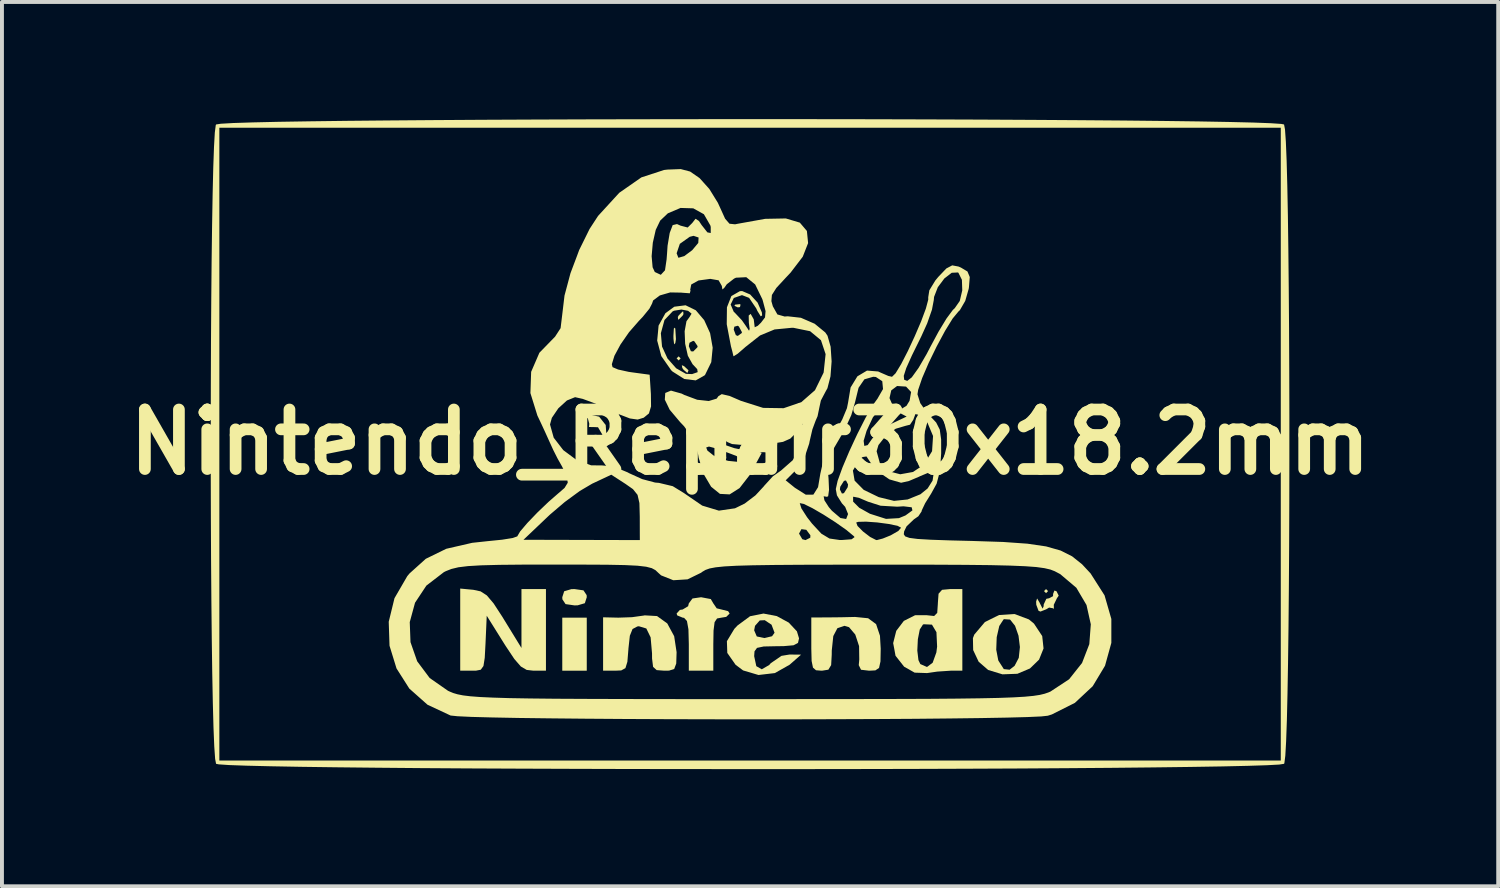
<source format=kicad_pcb>
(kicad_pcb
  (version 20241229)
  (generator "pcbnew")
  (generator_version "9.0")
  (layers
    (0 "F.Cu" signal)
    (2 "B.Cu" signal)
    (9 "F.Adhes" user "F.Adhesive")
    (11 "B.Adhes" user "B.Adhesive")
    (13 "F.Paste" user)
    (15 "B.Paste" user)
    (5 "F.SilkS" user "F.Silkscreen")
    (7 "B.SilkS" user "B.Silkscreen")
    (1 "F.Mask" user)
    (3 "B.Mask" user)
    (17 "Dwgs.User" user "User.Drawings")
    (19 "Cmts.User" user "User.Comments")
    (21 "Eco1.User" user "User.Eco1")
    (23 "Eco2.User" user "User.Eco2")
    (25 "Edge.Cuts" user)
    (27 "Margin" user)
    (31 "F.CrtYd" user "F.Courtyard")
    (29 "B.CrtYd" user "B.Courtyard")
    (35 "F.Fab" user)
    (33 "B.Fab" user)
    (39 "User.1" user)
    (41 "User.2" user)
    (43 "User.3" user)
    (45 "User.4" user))
  (footprint "Nintendo_Repair30x18.2mm"
    (layer "F.Cu")
    (at 16.154 8.269)
    (property "Reference" "Nintendo_Repair30x18.2mm" (at 0 0 0) (layer "F.SilkS") (effects (font (size 1.524 1.524) (thickness 0.3))))
    (attr board_only exclude_from_pos_files exclude_from_bom)
    (fp_poly (pts (xy -4.181 5.853) (xy -4.808 5.853) (xy -4.808 4.495) (xy -4.181 4.495)) (stroke (width 0) (type solid)) (fill yes) (layer "F.SilkS"))
    (fp_poly (pts (xy -1.777 -2.143) (xy -1.829 -2.091) (xy -1.881 -2.143) (xy -1.829 -2.195)) (stroke (width 0) (type solid)) (fill yes) (layer "F.SilkS"))
    (fp_poly (pts (xy 7.63 3.815) (xy 7.578 3.867) (xy 7.526 3.815) (xy 7.578 3.763)) (stroke (width 0) (type solid)) (fill yes) (layer "F.SilkS"))
    (fp_poly (pts (xy -0.244 -3.519) (xy -0.258 -3.457) (xy -0.314 -3.449) (xy -0.4 -3.488) (xy -0.383 -3.519) (xy -0.259 -3.532)) (stroke (width 0) (type solid)) (fill yes) (layer "F.SilkS"))
    (fp_poly (pts (xy -1.689 -1.944) (xy -1.576 -1.838) (xy -1.599 -1.778) (xy -1.614 -1.777) (xy -1.702 -1.851) (xy -1.735 -1.898) (xy -1.747 -1.969)) (stroke (width 0) (type solid)) (fill yes) (layer "F.SilkS"))
    (fp_poly (pts (xy -1.914 -2.901) (xy -1.898 -2.636) (xy -1.914 -2.535) (xy -1.944 -2.502) (xy -1.961 -2.647) (xy -1.962 -2.718) (xy -1.951 -2.908) (xy -1.924 -2.93)) (stroke (width 0) (type solid)) (fill yes) (layer "F.SilkS"))
    (fp_poly (pts (xy -1.705 -3.277) (xy -1.725 -3.24) (xy -1.823 -3.141) (xy -1.842 -3.136) (xy -1.849 -3.203) (xy -1.829 -3.24) (xy -1.731 -3.34) (xy -1.712 -3.345)) (stroke (width 0) (type solid)) (fill yes) (layer "F.SilkS"))
    (fp_poly (pts (xy -4.265 3.796) (xy -4.184 3.918) (xy -4.181 3.972) (xy -4.23 4.125) (xy -4.414 4.179) (xy -4.495 4.181) (xy -4.724 4.148) (xy -4.805 4.026) (xy -4.808 3.972) (xy -4.759 3.819) (xy -4.576 3.765) (xy -4.495 3.763)) (stroke (width 0) (type solid)) (fill yes) (layer "F.SilkS"))
    (fp_poly (pts (xy -3.865 -0.651) (xy -3.696 -0.438) (xy -3.679 -0.189) (xy -3.715 0.052) (xy -3.785 -0.196) (xy -3.893 -0.38) (xy -4.013 -0.385) (xy -4.125 -0.386) (xy -4.116 -0.467) (xy -4.153 -0.606) (xy -4.252 -0.658) (xy -4.333 -0.696) (xy -4.211 -0.717) (xy -4.168 -0.72)) (stroke (width 0) (type solid)) (fill yes) (layer "F.SilkS"))
    (fp_poly (pts (xy 7.846 3.819) (xy 7.902 3.932) (xy 7.857 3.997) (xy 7.776 4.166) (xy 7.778 4.22) (xy 7.776 4.278) (xy 7.76 4.255) (xy 7.656 4.237) (xy 7.585 4.28) (xy 7.436 4.339) (xy 7.386 4.32) (xy 7.328 4.165) (xy 7.324 4.085) (xy 7.349 4.003) (xy 7.416 4.116) (xy 7.421 4.129) (xy 7.49 4.264) (xy 7.515 4.209) (xy 7.519 4.155) (xy 7.585 4.013) (xy 7.657 3.998) (xy 7.757 3.945) (xy 7.759 3.886) (xy 7.792 3.801)) (stroke (width 0) (type solid)) (fill yes) (layer "F.SilkS"))
    (fp_poly (pts (xy -7.084 3.782) (xy -6.899 3.822) (xy -6.74 3.925) (xy -6.567 4.129) (xy -6.342 4.474) (xy -6.3 4.543) (xy -5.853 5.271) (xy -5.853 3.763) (xy -5.226 3.763) (xy -5.226 5.853) (xy -5.544 5.853) (xy -5.719 5.833) (xy -5.869 5.745) (xy -6.035 5.554) (xy -6.255 5.224) (xy -6.302 5.15) (xy -6.742 4.446) (xy -6.773 5.15) (xy -6.793 5.523) (xy -6.826 5.733) (xy -6.895 5.828) (xy -7.022 5.853) (xy -7.113 5.853) (xy -7.421 5.853) (xy -7.421 3.75)) (stroke (width 0) (type solid)) (fill yes) (layer "F.SilkS"))
    (fp_poly (pts (xy -1.005 4.019) (xy -0.941 4.129) (xy -0.854 4.256) (xy -0.732 4.286) (xy -0.562 4.329) (xy -0.523 4.39) (xy -0.61 4.475) (xy -0.732 4.495) (xy -0.845 4.516) (xy -0.908 4.61) (xy -0.935 4.824) (xy -0.941 5.174) (xy -0.941 5.853) (xy -1.568 5.853) (xy -1.568 5.174) (xy -1.578 4.793) (xy -1.616 4.581) (xy -1.689 4.5) (xy -1.725 4.495) (xy -1.864 4.438) (xy -1.881 4.39) (xy -1.797 4.297) (xy -1.725 4.286) (xy -1.586 4.202) (xy -1.568 4.129) (xy -1.474 4.004) (xy -1.254 3.972)) (stroke (width 0) (type solid)) (fill yes) (layer "F.SilkS"))
    (fp_poly (pts (xy -2.382 4.454) (xy -2.12 4.643) (xy -1.943 4.97) (xy -1.881 5.378) (xy -1.89 5.669) (xy -1.942 5.808) (xy -2.073 5.851) (xy -2.195 5.853) (xy -2.392 5.838) (xy -2.483 5.754) (xy -2.509 5.543) (xy -2.51 5.409) (xy -2.546 4.999) (xy -2.656 4.772) (xy -2.847 4.715) (xy -2.887 4.721) (xy -3.009 4.786) (xy -3.078 4.958) (xy -3.114 5.287) (xy -3.115 5.306) (xy -3.141 5.625) (xy -3.191 5.787) (xy -3.298 5.846) (xy -3.455 5.853) (xy -3.763 5.853) (xy -3.763 4.486) (xy -3.371 4.495) (xy -3.023 4.483) (xy -2.713 4.44) (xy -2.698 4.436)) (stroke (width 0) (type solid)) (fill yes) (layer "F.SilkS"))
    (fp_poly (pts (xy 3.023 4.51) (xy 3.227 4.661) (xy 3.326 4.958) (xy 3.345 5.291) (xy 3.339 5.616) (xy 3.302 5.783) (xy 3.208 5.845) (xy 3.049 5.853) (xy 2.841 5.829) (xy 2.783 5.711) (xy 2.796 5.566) (xy 2.791 5.224) (xy 2.694 4.928) (xy 2.534 4.739) (xy 2.418 4.704) (xy 2.236 4.765) (xy 2.131 4.966) (xy 2.092 5.336) (xy 2.091 5.444) (xy 2.076 5.71) (xy 2.005 5.827) (xy 1.842 5.853) (xy 1.829 5.853) (xy 1.689 5.842) (xy 1.611 5.775) (xy 1.576 5.605) (xy 1.568 5.287) (xy 1.568 5.172) (xy 1.568 4.49) (xy 1.96 4.489) (xy 2.331 4.485) (xy 2.682 4.477) (xy 2.689 4.477)) (stroke (width 0) (type solid)) (fill yes) (layer "F.SilkS"))
    (fp_poly (pts (xy 7.139 4.54) (xy 7.269 4.647) (xy 7.48 4.966) (xy 7.514 5.284) (xy 7.399 5.57) (xy 7.166 5.796) (xy 6.844 5.932) (xy 6.462 5.946) (xy 6.096 5.834) (xy 5.853 5.624) (xy 5.712 5.325) (xy 5.712 5.316) (xy 6.303 5.316) (xy 6.354 5.584) (xy 6.361 5.6) (xy 6.497 5.812) (xy 6.645 5.828) (xy 6.773 5.728) (xy 6.88 5.523) (xy 6.909 5.248) (xy 6.873 4.956) (xy 6.784 4.703) (xy 6.657 4.544) (xy 6.503 4.534) (xy 6.489 4.542) (xy 6.381 4.708) (xy 6.315 4.995) (xy 6.303 5.316) (xy 5.712 5.316) (xy 5.706 5.019) (xy 5.741 4.928) (xy 6.014 4.606) (xy 6.376 4.427) (xy 6.771 4.402)) (stroke (width 0) (type solid)) (fill yes) (layer "F.SilkS"))
    (fp_poly (pts (xy 5.435 5.853) (xy 5.135 5.853) (xy 4.792 5.876) (xy 4.532 5.914) (xy 4.214 5.903) (xy 3.944 5.75) (xy 3.724 5.47) (xy 3.7 5.337) (xy 4.282 5.337) (xy 4.311 5.582) (xy 4.359 5.683) (xy 4.53 5.758) (xy 4.675 5.649) (xy 4.77 5.385) (xy 4.789 5.236) (xy 4.772 4.867) (xy 4.657 4.674) (xy 4.449 4.664) (xy 4.426 4.672) (xy 4.345 4.798) (xy 4.296 5.048) (xy 4.282 5.337) (xy 3.7 5.337) (xy 3.664 5.147) (xy 3.743 4.833) (xy 3.937 4.578) (xy 4.225 4.433) (xy 4.519 4.432) (xy 4.713 4.453) (xy 4.792 4.373) (xy 4.808 4.141) (xy 4.808 4.126) (xy 4.826 3.882) (xy 4.916 3.782) (xy 5.122 3.763) (xy 5.435 3.763)) (stroke (width 0) (type solid)) (fill yes) (layer "F.SilkS"))
    (fp_poly (pts (xy 0.684 4.455) (xy 0.99 4.621) (xy 1.199 4.844) (xy 1.254 5.025) (xy 1.227 5.142) (xy 1.113 5.202) (xy 0.862 5.224) (xy 0.679 5.226) (xy 0.35 5.233) (xy 0.178 5.269) (xy 0.114 5.357) (xy 0.105 5.481) (xy 0.16 5.737) (xy 0.3 5.817) (xy 0.49 5.707) (xy 0.53 5.661) (xy 0.804 5.473) (xy 1.01 5.439) (xy 1.307 5.442) (xy 1.013 5.7) (xy 0.635 5.914) (xy 0.216 5.963) (xy -0.178 5.846) (xy -0.371 5.701) (xy -0.583 5.398) (xy -0.593 5.097) (xy -0.425 4.819) (xy 0.105 4.819) (xy 0.172 4.976) (xy 0.366 5.017) (xy 0.563 4.971) (xy 0.627 4.881) (xy 0.55 4.676) (xy 0.376 4.56) (xy 0.249 4.566) (xy 0.127 4.704) (xy 0.105 4.819) (xy -0.425 4.819) (xy -0.4 4.779) (xy -0.322 4.696) (xy -0.001 4.459) (xy 0.344 4.39)) (stroke (width 0) (type solid)) (fill yes) (layer "F.SilkS"))
    (fp_poly (pts (xy -1.389 -3.375) (xy -1.174 -3.122) (xy -1.023 -2.789) (xy -0.957 -2.416) (xy -0.993 -2.047) (xy -1.15 -1.725) (xy -1.163 -1.709) (xy -1.391 -1.58) (xy -1.683 -1.615) (xy -1.986 -1.807) (xy -2.021 -1.841) (xy -2.272 -2.201) (xy -2.378 -2.599) (xy -2.36 -2.787) (xy -2.284 -2.787) (xy -2.254 -2.447) (xy -2.114 -2.141) (xy -1.892 -1.89) (xy -1.643 -1.748) (xy -1.485 -1.741) (xy -1.341 -1.791) (xy -1.353 -1.868) (xy -1.473 -1.996) (xy -1.593 -2.211) (xy -1.648 -2.456) (xy -1.568 -2.456) (xy -1.515 -2.326) (xy -1.456 -2.32) (xy -1.348 -2.428) (xy -1.343 -2.456) (xy -1.425 -2.579) (xy -1.456 -2.593) (xy -1.551 -2.543) (xy -1.568 -2.456) (xy -1.648 -2.456) (xy -1.662 -2.517) (xy -1.675 -2.838) (xy -1.628 -3.095) (xy -1.554 -3.196) (xy -1.498 -3.288) (xy -1.586 -3.361) (xy -1.757 -3.394) (xy -1.945 -3.364) (xy -1.983 -3.346) (xy -2.191 -3.126) (xy -2.284 -2.787) (xy -2.36 -2.787) (xy -2.342 -2.983) (xy -2.167 -3.3) (xy -1.94 -3.466) (xy -1.651 -3.503)) (stroke (width 0) (type solid)) (fill yes) (layer "F.SilkS"))
    (fp_poly (pts (xy 1.661 -8.268) (xy 3.11 -8.266) (xy 4.526 -8.262) (xy 5.895 -8.257) (xy 7.202 -8.25) (xy 8.431 -8.242) (xy 9.568 -8.233) (xy 10.597 -8.222) (xy 11.504 -8.21) (xy 12.273 -8.196) (xy 12.889 -8.181) (xy 13.337 -8.164) (xy 13.602 -8.146) (xy 13.672 -8.132) (xy 13.696 -8.005) (xy 13.718 -7.689) (xy 13.738 -7.203) (xy 13.755 -6.567) (xy 13.77 -5.8) (xy 13.782 -4.922) (xy 13.792 -3.953) (xy 13.8 -2.912) (xy 13.805 -1.819) (xy 13.808 -0.694) (xy 13.808 0.444) (xy 13.806 1.576) (xy 13.802 2.681) (xy 13.795 3.74) (xy 13.786 4.734) (xy 13.774 5.642) (xy 13.76 6.445) (xy 13.744 7.124) (xy 13.725 7.659) (xy 13.704 8.031) (xy 13.68 8.219) (xy 13.672 8.237) (xy 13.55 8.256) (xy 13.235 8.273) (xy 12.74 8.289) (xy 12.082 8.304) (xy 11.275 8.317) (xy 10.334 8.329) (xy 9.274 8.34) (xy 8.111 8.349) (xy 6.86 8.357) (xy 5.535 8.363) (xy 4.152 8.368) (xy 2.726 8.371) (xy 1.271 8.373) (xy -0.196 8.373) (xy -1.661 8.372) (xy -3.11 8.37) (xy -4.526 8.366) (xy -5.895 8.361) (xy -7.202 8.355) (xy -8.431 8.347) (xy -9.568 8.337) (xy -10.597 8.326) (xy -11.504 8.314) (xy -12.273 8.3) (xy -12.889 8.285) (xy -13.337 8.269) (xy -13.602 8.251) (xy -13.672 8.237) (xy -13.688 8.153) (xy -13.588 8.153) (xy 13.588 8.153) (xy 13.588 -8.049) (xy -13.588 -8.049) (xy -13.588 8.153) (xy -13.688 8.153) (xy -13.696 8.11) (xy -13.718 7.794) (xy -13.738 7.308) (xy -13.755 6.671) (xy -13.77 5.905) (xy -13.782 5.027) (xy -13.792 4.058) (xy -13.8 3.017) (xy -13.805 1.924) (xy -13.808 0.799) (xy -13.808 -0.34) (xy -13.806 -1.471) (xy -13.802 -2.576) (xy -13.795 -3.635) (xy -13.786 -4.629) (xy -13.774 -5.537) (xy -13.76 -6.341) (xy -13.744 -7.02) (xy -13.725 -7.555) (xy -13.704 -7.926) (xy -13.68 -8.114) (xy -13.672 -8.132) (xy -13.55 -8.151) (xy -13.235 -8.169) (xy -12.74 -8.185) (xy -12.082 -8.2) (xy -11.275 -8.213) (xy -10.334 -8.225) (xy -9.274 -8.235) (xy -8.111 -8.244) (xy -6.86 -8.252) (xy -5.535 -8.258) (xy -4.152 -8.263) (xy -2.726 -8.266) (xy -1.271 -8.268) (xy 0.196 -8.269)) (stroke (width 0) (type solid)) (fill yes) (layer "F.SilkS"))
    (fp_poly (pts (xy -1.535 -6.927) (xy -1.298 -6.763) (xy -1.286 -6.752) (xy -1.043 -6.481) (xy -0.825 -6.128) (xy -0.768 -6.004) (xy -0.639 -5.72) (xy -0.527 -5.591) (xy -0.384 -5.576) (xy -0.314 -5.59) (xy 0.387 -5.716) (xy 0.916 -5.726) (xy 1.274 -5.619) (xy 1.455 -5.406) (xy 1.486 -5.095) (xy 1.349 -4.746) (xy 1.036 -4.337) (xy 0.914 -4.208) (xy 0.673 -3.947) (xy 0.559 -3.767) (xy 0.546 -3.609) (xy 0.583 -3.477) (xy 0.7 -3.268) (xy 0.887 -3.215) (xy 0.963 -3.221) (xy 1.302 -3.183) (xy 1.654 -3.03) (xy 1.925 -2.808) (xy 1.983 -2.723) (xy 2.063 -2.442) (xy 2.088 -2.066) (xy 2.059 -1.682) (xy 1.981 -1.379) (xy 1.937 -1.3) (xy 1.813 -1.065) (xy 1.78 -0.913) (xy 1.728 -0.662) (xy 1.678 -0.547) (xy 1.596 -0.326) (xy 1.524 -0.016) (xy 1.514 0.038) (xy 1.393 0.398) (xy 1.186 0.705) (xy 1.181 0.71) (xy 0.912 0.979) (xy 1.147 1.169) (xy 1.428 1.347) (xy 1.621 1.345) (xy 1.741 1.154) (xy 1.799 0.81) (xy 1.933 0.219) (xy 2.178 -0.256) (xy 2.36 -0.579) (xy 2.48 -0.867) (xy 2.509 -1.009) (xy 2.574 -1.399) (xy 2.748 -1.684) (xy 2.995 -1.831) (xy 3.28 -1.808) (xy 3.334 -1.783) (xy 3.539 -1.694) (xy 3.634 -1.672) (xy 3.659 -1.696) (xy 3.935 -1.696) (xy 3.946 -1.596) (xy 4.022 -1.568) (xy 4.026 -1.568) (xy 4.14 -1.657) (xy 4.314 -1.899) (xy 4.521 -2.255) (xy 4.612 -2.43) (xy 4.826 -2.828) (xy 5.029 -3.163) (xy 5.191 -3.382) (xy 5.241 -3.429) (xy 5.369 -3.613) (xy 5.433 -3.885) (xy 5.424 -4.155) (xy 5.335 -4.334) (xy 5.323 -4.343) (xy 5.163 -4.335) (xy 4.975 -4.19) (xy 4.807 -3.965) (xy 4.711 -3.717) (xy 4.704 -3.637) (xy 4.657 -3.39) (xy 4.535 -3.04) (xy 4.384 -2.706) (xy 4.146 -2.223) (xy 3.999 -1.896) (xy 3.935 -1.696) (xy 3.659 -1.696) (xy 3.726 -1.762) (xy 3.869 -1.998) (xy 4.04 -2.331) (xy 4.217 -2.712) (xy 4.379 -3.09) (xy 4.501 -3.418) (xy 4.562 -3.646) (xy 4.562 -3.71) (xy 4.59 -3.886) (xy 4.743 -4.137) (xy 4.818 -4.228) (xy 5.026 -4.446) (xy 5.176 -4.525) (xy 5.336 -4.495) (xy 5.399 -4.468) (xy 5.566 -4.368) (xy 5.625 -4.226) (xy 5.604 -3.966) (xy 5.598 -3.925) (xy 5.509 -3.614) (xy 5.372 -3.378) (xy 5.337 -3.345) (xy 5.187 -3.164) (xy 4.992 -2.847) (xy 4.778 -2.449) (xy 4.573 -2.028) (xy 4.406 -1.639) (xy 4.304 -1.338) (xy 4.286 -1.224) (xy 4.358 -0.997) (xy 4.539 -0.741) (xy 4.595 -0.683) (xy 4.765 -0.501) (xy 4.857 -0.32) (xy 4.892 -0.069) (xy 4.893 0.285) (xy 4.863 0.736) (xy 4.777 1.064) (xy 4.636 1.32) (xy 4.482 1.567) (xy 4.397 1.747) (xy 4.39 1.778) (xy 4.309 1.899) (xy 4.194 1.979) (xy 4.007 2.158) (xy 3.945 2.286) (xy 3.936 2.36) (xy 3.972 2.414) (xy 4.08 2.453) (xy 4.29 2.48) (xy 4.629 2.5) (xy 5.125 2.517) (xy 5.683 2.531) (xy 6.48 2.557) (xy 7.101 2.601) (xy 7.58 2.671) (xy 7.95 2.776) (xy 8.246 2.925) (xy 8.5 3.128) (xy 8.718 3.362) (xy 9.076 3.924) (xy 9.25 4.528) (xy 9.25 5.141) (xy 9.088 5.726) (xy 8.773 6.25) (xy 8.316 6.677) (xy 7.727 6.973) (xy 7.622 7.006) (xy 7.455 7.024) (xy 7.1 7.04) (xy 6.577 7.054) (xy 5.909 7.066) (xy 5.115 7.076) (xy 4.217 7.085) (xy 3.235 7.091) (xy 2.19 7.095) (xy 1.103 7.098) (xy -0.006 7.099) (xy -1.114 7.097) (xy -2.202 7.094) (xy -3.248 7.089) (xy -4.233 7.082) (xy -5.134 7.073) (xy -5.931 7.063) (xy -6.604 7.05) (xy -7.131 7.036) (xy -7.491 7.019) (xy -7.664 7.001) (xy -7.667 7.001) (xy -8.259 6.724) (xy -8.724 6.311) (xy -9.052 5.795) (xy -9.231 5.214) (xy -9.251 4.609) (xy -8.713 4.609) (xy -8.694 5.122) (xy -8.523 5.612) (xy -8.203 6.04) (xy -7.734 6.367) (xy -7.691 6.387) (xy -7.599 6.425) (xy -7.49 6.457) (xy -7.35 6.485) (xy -7.162 6.508) (xy -6.911 6.527) (xy -6.583 6.542) (xy -6.162 6.555) (xy -5.632 6.564) (xy -4.978 6.571) (xy -4.185 6.575) (xy -3.238 6.578) (xy -2.121 6.58) (xy -0.818 6.581) (xy 0 6.581) (xy 1.413 6.58) (xy 2.632 6.579) (xy 3.673 6.577) (xy 4.551 6.574) (xy 5.281 6.568) (xy 5.879 6.56) (xy 6.359 6.55) (xy 6.738 6.536) (xy 7.03 6.519) (xy 7.251 6.498) (xy 7.416 6.473) (xy 7.541 6.443) (xy 7.64 6.409) (xy 7.691 6.387) (xy 8.168 6.073) (xy 8.5 5.655) (xy 8.686 5.173) (xy 8.724 4.665) (xy 8.614 4.171) (xy 8.354 3.73) (xy 7.942 3.381) (xy 7.8 3.306) (xy 7.689 3.263) (xy 7.538 3.228) (xy 7.329 3.199) (xy 7.042 3.178) (xy 6.655 3.162) (xy 6.149 3.15) (xy 5.503 3.143) (xy 4.698 3.139) (xy 3.713 3.138) (xy 3.225 3.138) (xy 2.173 3.139) (xy 1.309 3.141) (xy 0.615 3.146) (xy 0.069 3.154) (xy -0.349 3.166) (xy -0.658 3.183) (xy -0.88 3.206) (xy -1.034 3.235) (xy -1.141 3.273) (xy -1.221 3.32) (xy -1.254 3.345) (xy -1.6 3.514) (xy -1.965 3.537) (xy -2.278 3.412) (xy -2.352 3.345) (xy -2.422 3.279) (xy -2.516 3.228) (xy -2.66 3.191) (xy -2.881 3.165) (xy -3.205 3.149) (xy -3.661 3.14) (xy -4.273 3.137) (xy -5.009 3.136) (xy -5.804 3.137) (xy -6.419 3.143) (xy -6.882 3.155) (xy -7.222 3.175) (xy -7.467 3.205) (xy -7.646 3.248) (xy -7.788 3.304) (xy -7.838 3.329) (xy -8.287 3.674) (xy -8.578 4.113) (xy -8.713 4.609) (xy -9.251 4.609) (xy -9.252 4.603) (xy -9.104 3.997) (xy -8.777 3.433) (xy -8.718 3.362) (xy -8.302 2.988) (xy -7.779 2.732) (xy -7.115 2.579) (xy -6.716 2.536) (xy -6.368 2.501) (xy -5.801 2.501) (xy -4.312 2.505) (xy -2.822 2.509) (xy -2.823 2.343) (xy 1.254 2.343) (xy 1.338 2.487) (xy 1.42 2.509) (xy 1.542 2.448) (xy 1.544 2.385) (xy 1.44 2.246) (xy 1.315 2.229) (xy 1.254 2.343) (xy -2.823 2.343) (xy -2.824 1.908) (xy -2.833 1.561) (xy -2.881 1.351) (xy -2.998 1.205) (xy -3.189 1.071) (xy -3.553 0.835) (xy -4.043 1.065) (xy -4.36 1.252) (xy -4.744 1.534) (xy -5.12 1.854) (xy -5.167 1.898) (xy -5.801 2.501) (xy -6.368 2.501) (xy -6.348 2.499) (xy -6.079 2.456) (xy -5.96 2.414) (xy -5.958 2.409) (xy -5.887 2.288) (xy -5.703 2.072) (xy -5.448 1.806) (xy -5.164 1.534) (xy -4.936 1.335) (xy -4.75 1.174) (xy -4.668 1.041) (xy -4.689 0.877) (xy -4.814 0.624) (xy -4.93 0.418) (xy -5.039 0.202) (xy -5.131 0) (xy -5.25 -0.263) (xy -5.337 -0.451) (xy -5.122 -0.451) (xy -5.027 -0.112) (xy -4.782 0.206) (xy -4.444 0.457) (xy -4.068 0.595) (xy -3.793 0.597) (xy -3.5 0.623) (xy -3.132 0.776) (xy -3.099 0.795) (xy -2.761 0.948) (xy -2.431 1.036) (xy -2.334 1.044) (xy -1.979 1.129) (xy -1.693 1.305) (xy -1.225 1.626) (xy -0.798 1.755) (xy -0.385 1.695) (xy -0.136 1.573) (xy -0.128 1.566) (xy 1.273 1.566) (xy 1.315 1.698) (xy 1.46 1.924) (xy 1.586 2.086) (xy 1.825 2.344) (xy 2.033 2.469) (xy 2.29 2.506) (xy 2.347 2.507) (xy 2.601 2.488) (xy 2.675 2.433) (xy 2.66 2.411) (xy 2.464 2.248) (xy 2.195 2.059) (xy 2.718 2.059) (xy 2.751 2.147) (xy 2.892 2.289) (xy 3.073 2.428) (xy 3.225 2.506) (xy 3.247 2.509) (xy 3.399 2.469) (xy 3.601 2.387) (xy 3.795 2.276) (xy 3.867 2.192) (xy 3.775 2.143) (xy 3.546 2.096) (xy 3.254 2.057) (xy 2.97 2.037) (xy 2.768 2.042) (xy 2.718 2.059) (xy 2.195 2.059) (xy 2.188 2.054) (xy 1.882 1.858) (xy 1.595 1.691) (xy 1.375 1.583) (xy 1.274 1.563) (xy 1.273 1.566) (xy -0.128 1.566) (xy 0.108 1.387) (xy 1.884 1.387) (xy 1.904 1.491) (xy 2.016 1.665) (xy 2.095 1.757) (xy 2.314 1.944) (xy 2.46 1.969) (xy 2.509 1.842) (xy 2.435 1.659) (xy 2.352 1.568) (xy 2.249 1.404) (xy 2.638 1.404) (xy 2.639 1.525) (xy 2.796 1.682) (xy 3.07 1.835) (xy 3.481 1.966) (xy 3.812 1.947) (xy 3.979 1.878) (xy 4.157 1.749) (xy 4.138 1.669) (xy 3.929 1.644) (xy 3.769 1.654) (xy 3.341 1.629) (xy 3.02 1.526) (xy 2.788 1.427) (xy 2.648 1.399) (xy 2.638 1.404) (xy 2.249 1.404) (xy 2.224 1.363) (xy 2.197 1.214) (xy 2.3 1.214) (xy 2.352 1.318) (xy 2.404 1.307) (xy 2.499 1.156) (xy 2.509 1.085) (xy 2.456 0.982) (xy 2.404 0.993) (xy 2.309 1.144) (xy 2.3 1.214) (xy 2.197 1.214) (xy 2.195 1.204) (xy 2.242 0.991) (xy 2.337 0.729) (xy 2.633 0.729) (xy 2.677 0.987) (xy 2.91 1.223) (xy 3.294 1.409) (xy 3.686 1.505) (xy 4.034 1.469) (xy 4.362 1.336) (xy 4.546 1.187) (xy 4.673 0.986) (xy 4.699 0.813) (xy 4.677 0.774) (xy 4.563 0.785) (xy 4.348 0.875) (xy 4.327 0.886) (xy 4.068 0.996) (xy 3.868 1.041) (xy 3.867 1.041) (xy 3.568 0.955) (xy 3.269 0.751) (xy 3.086 0.527) (xy 2.981 0.368) (xy 2.879 0.383) (xy 2.787 0.468) (xy 2.633 0.729) (xy 2.337 0.729) (xy 2.366 0.649) (xy 2.541 0.235) (xy 3.24 0.235) (xy 3.325 0.543) (xy 3.544 0.745) (xy 3.845 0.824) (xy 4.172 0.765) (xy 4.447 0.58) (xy 4.66 0.233) (xy 4.685 -0.156) (xy 4.541 -0.499) (xy 4.365 -0.688) (xy 4.233 -0.717) (xy 4.181 -0.577) (xy 4.181 -0.575) (xy 4.095 -0.445) (xy 3.986 -0.418) (xy 3.729 -0.342) (xy 3.471 -0.156) (xy 3.287 0.076) (xy 3.24 0.235) (xy 2.541 0.235) (xy 2.543 0.231) (xy 2.665 -0.033) (xy 2.908 -0.033) (xy 2.925 0.098) (xy 3.011 0.077) (xy 3.129 -0.091) (xy 3.288 -0.26) (xy 3.551 -0.435) (xy 3.621 -0.47) (xy 4.009 -0.654) (xy 3.717 -0.807) (xy 3.486 -0.89) (xy 3.306 -0.839) (xy 3.144 -0.632) (xy 2.983 -0.287) (xy 2.908 -0.033) (xy 2.665 -0.033) (xy 2.748 -0.21) (xy 2.956 -0.62) (xy 3.143 -0.947) (xy 3.267 -1.118) (xy 3.271 -1.127) (xy 3.57 -1.127) (xy 3.647 -0.95) (xy 3.674 -0.929) (xy 3.868 -0.846) (xy 4.004 -0.928) (xy 4.084 -1.059) (xy 4.123 -1.283) (xy 3.994 -1.421) (xy 3.764 -1.436) (xy 3.615 -1.324) (xy 3.57 -1.127) (xy 3.271 -1.127) (xy 3.404 -1.358) (xy 3.385 -1.559) (xy 3.221 -1.667) (xy 3.152 -1.672) (xy 2.927 -1.607) (xy 2.778 -1.391) (xy 2.685 -1.01) (xy 2.592 -0.692) (xy 2.419 -0.312) (xy 2.292 -0.092) (xy 2.098 0.239) (xy 2.009 0.504) (xy 1.998 0.798) (xy 2.01 0.94) (xy 2.022 1.223) (xy 2 1.385) (xy 1.97 1.401) (xy 1.884 1.387) (xy 0.108 1.387) (xy 0.138 1.364) (xy 0.351 1.134) (xy 0.361 1.12) (xy 0.582 0.878) (xy 0.794 0.727) (xy 1.092 0.465) (xy 1.298 0.093) (xy 1.357 -0.23) (xy 1.354 -0.47) (xy 1.165 -0.224) (xy 1.03 -0.089) (xy 0.843 -0.006) (xy 0.548 0.042) (xy 0.234 0.066) (xy -0.177 0.075) (xy -0.461 0.05) (xy -0.573 0.003) (xy -0.726 -0.098) (xy -0.764 -0.101) (xy -0.854 -0.071) (xy -0.792 -0.003) (xy -0.626 0.079) (xy -0.403 0.155) (xy -0.173 0.203) (xy -0.076 0.209) (xy 0.171 0.227) (xy 0.292 0.27) (xy 0.293 0.287) (xy 0.000159 0.831) (xy -0.269 1.178) (xy -0.523 1.339) (xy -0.771 1.326) (xy -0.997 1.143) (xy -1.191 0.814) (xy -1.316 0.402) (xy -1.33 0.316) (xy -1.383 0.138) (xy -1.123 0.138) (xy -1.093 0.216) (xy -0.895 0.374) (xy -0.565 0.48) (xy -0.261 0.511) (xy -0.105 0.504) (xy -0.102 0.469) (xy -0.268 0.389) (xy -0.47 0.309) (xy -0.843 0.17) (xy -1.052 0.114) (xy -1.123 0.138) (xy -1.383 0.138) (xy -1.44 -0.054) (xy -1.689 -0.405) (xy -1.791 -0.512) (xy -2.058 -0.829) (xy -2.183 -1.087) (xy -2.171 -1.258) (xy -2.025 -1.318) (xy -1.751 -1.241) (xy -1.681 -1.206) (xy -1.353 -1.084) (xy -1.057 -1.052) (xy -0.855 -1.113) (xy -0.81 -1.176) (xy -0.725 -1.228) (xy -0.518 -1.179) (xy -0.233 -1.056) (xy 0.334 -0.876) (xy 0.859 -0.868) (xy 1.312 -1.022) (xy 1.662 -1.328) (xy 1.881 -1.775) (xy 1.884 -1.785) (xy 1.934 -2.252) (xy 1.815 -2.609) (xy 1.537 -2.839) (xy 1.111 -2.926) (xy 1.074 -2.927) (xy 0.627 -2.884) (xy 0.256 -2.73) (xy -0.125 -2.43) (xy -0.131 -2.424) (xy -0.316 -2.263) (xy -0.419 -2.198) (xy -0.426 -2.202) (xy -0.456 -2.328) (xy -0.49 -2.456) (xy -0.571 -2.881) (xy -0.418 -2.881) (xy -0.364 -2.738) (xy -0.314 -2.718) (xy -0.212 -2.793) (xy -0.209 -2.816) (xy -0.285 -2.958) (xy -0.314 -2.979) (xy -0.403 -2.955) (xy -0.418 -2.881) (xy -0.571 -2.881) (xy -0.597 -3.018) (xy -0.592 -3.451) (xy -0.479 -3.739) (xy -0.261 -3.864) (xy -0.202 -3.867) (xy 0.002 -3.78) (xy 0.193 -3.571) (xy 0.302 -3.321) (xy 0.309 -3.243) (xy 0.273 -3.22) (xy 0.187 -3.359) (xy 0.158 -3.423) (xy -0.025 -3.693) (xy -0.207 -3.763) (xy -0.416 -3.69) (xy -0.497 -3.522) (xy -0.418 -3.337) (xy -0.392 -3.314) (xy -0.209 -3.119) (xy -0.111 -2.979) (xy -0.026 -2.851) (xy -0.01 -2.899) (xy -0.031 -3.054) (xy -0.035 -3.24) (xy 0.015 -3.283) (xy 0.094 -3.143) (xy 0.105 -3.055) (xy 0.119 -2.94) (xy 0.198 -2.978) (xy 0.279 -3.057) (xy 0.383 -3.192) (xy 0.397 -3.353) (xy 0.327 -3.618) (xy 0.313 -3.661) (xy 0.131 -4.036) (xy -0.097 -4.222) (xy -0.36 -4.209) (xy -0.409 -4.186) (xy -0.596 -4.041) (xy -0.662 -3.947) (xy -0.708 -3.908) (xy -0.723 -3.998) (xy -0.805 -4.142) (xy -1.019 -4.179) (xy -1.32 -4.138) (xy -1.506 -4.035) (xy -1.533 -3.898) (xy -1.524 -3.881) (xy -1.543 -3.81) (xy -1.747 -3.825) (xy -1.759 -3.827) (xy -2.044 -3.832) (xy -2.31 -3.755) (xy -2.482 -3.626) (xy -2.509 -3.547) (xy -2.577 -3.416) (xy -2.749 -3.205) (xy -2.848 -3.101) (xy -3.099 -2.813) (xy -3.317 -2.499) (xy -3.473 -2.209) (xy -3.539 -1.994) (xy -3.521 -1.919) (xy -3.378 -1.858) (xy -3.111 -1.799) (xy -3.008 -1.784) (xy -2.571 -1.725) (xy -2.539 -1.232) (xy -2.535 -0.914) (xy -2.589 -0.734) (xy -2.723 -0.624) (xy -2.724 -0.624) (xy -2.878 -0.577) (xy -3.076 -0.605) (xy -3.372 -0.719) (xy -3.607 -0.829) (xy -3.97 -0.99) (xy -4.284 -1.106) (xy -4.48 -1.15) (xy -4.48 -1.15) (xy -4.688 -1.066) (xy -4.909 -0.865) (xy -5.075 -0.621) (xy -5.122 -0.451) (xy -5.337 -0.451) (xy -5.404 -0.593) (xy -5.445 -0.679) (xy -5.624 -1.255) (xy -5.605 -1.799) (xy -5.394 -2.287) (xy -4.996 -2.696) (xy -4.994 -2.697) (xy -4.851 -2.917) (xy -4.808 -3.272) (xy -4.751 -3.751) (xy -4.598 -4.324) (xy -4.434 -4.759) (xy -2.52 -4.759) (xy -2.495 -4.476) (xy -2.439 -4.355) (xy -2.285 -4.283) (xy -2.178 -4.399) (xy -2.137 -4.678) (xy -2.125 -4.834) (xy -1.88 -4.834) (xy -1.835 -4.719) (xy -1.685 -4.762) (xy -1.482 -4.913) (xy -1.326 -5.099) (xy -1.318 -5.238) (xy -1.447 -5.281) (xy -1.545 -5.256) (xy -1.798 -5.076) (xy -1.88 -4.834) (xy -2.125 -4.834) (xy -2.112 -5.029) (xy -2.059 -5.346) (xy -2.056 -5.359) (xy -1.981 -5.556) (xy -1.87 -5.582) (xy -1.78 -5.542) (xy -1.597 -5.494) (xy -1.481 -5.609) (xy -1.396 -5.718) (xy -1.31 -5.662) (xy -1.241 -5.558) (xy -1.093 -5.37) (xy -1.007 -5.353) (xy -1.007 -5.508) (xy -1.017 -5.547) (xy -1.182 -5.834) (xy -1.454 -5.985) (xy -1.78 -5.995) (xy -2.105 -5.857) (xy -2.301 -5.671) (xy -2.415 -5.434) (xy -2.49 -5.104) (xy -2.52 -4.759) (xy -4.434 -4.759) (xy -4.375 -4.918) (xy -4.109 -5.457) (xy -3.893 -5.789) (xy -3.349 -6.383) (xy -2.783 -6.777) (xy -2.202 -6.967) (xy -2.117 -6.977) (xy -1.775 -6.99)) (stroke (width 0) (type solid)) (fill yes) (layer "F.SilkS")))
  (gr_rect
    (start -3 -3)
    (end 35.309 19.642)
    (stroke (width 0.1) (type default))
    (fill no)
    (layer "Edge.Cuts")))
</source>
